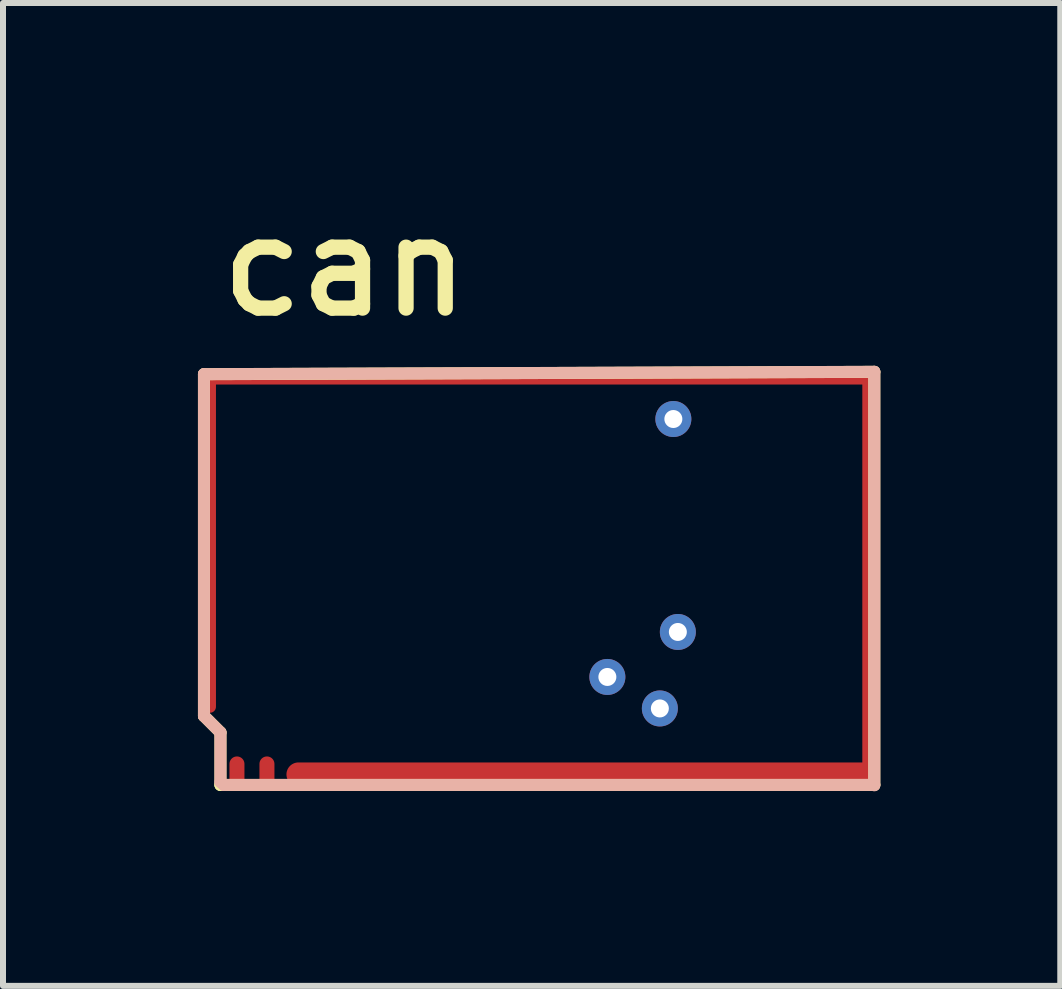
<source format=kicad_pcb>
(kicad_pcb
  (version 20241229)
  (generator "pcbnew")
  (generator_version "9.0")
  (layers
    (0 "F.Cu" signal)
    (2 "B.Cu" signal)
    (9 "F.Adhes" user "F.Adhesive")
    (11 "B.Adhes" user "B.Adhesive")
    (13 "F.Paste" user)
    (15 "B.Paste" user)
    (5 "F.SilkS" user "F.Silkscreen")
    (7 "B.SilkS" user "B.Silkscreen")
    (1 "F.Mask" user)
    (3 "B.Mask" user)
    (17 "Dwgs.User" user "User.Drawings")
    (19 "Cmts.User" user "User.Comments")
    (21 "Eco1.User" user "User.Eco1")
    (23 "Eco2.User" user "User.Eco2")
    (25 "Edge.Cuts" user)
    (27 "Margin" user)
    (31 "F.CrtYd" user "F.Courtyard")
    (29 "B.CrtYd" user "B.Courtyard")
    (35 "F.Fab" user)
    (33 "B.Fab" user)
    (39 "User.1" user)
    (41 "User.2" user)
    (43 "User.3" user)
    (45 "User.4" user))
  (footprint "can"
    (layer "F.Cu")
    (at 0.25 10.135)
    (property "Reference" "can" (at 0.254 -7.849 0) (unlocked yes) (layer "F.SilkS") (effects (font (size 1.524 1.524) (thickness 0.254)) (justify left bottom)))
    (attr through_hole)
    (fp_line (start 0.1 -6.947) (end 11.275 -6.986) (stroke (width 0.2) (type solid)) (layer "F.SilkS"))
    (fp_line (start 0.1 -1.25) (end 0.1 -6.947) (stroke (width 0.2) (type solid)) (layer "F.SilkS"))
    (fp_line (start 0.1 -1.25) (end 0.375 -0.975) (stroke (width 0.2) (type solid)) (layer "F.SilkS"))
    (fp_line (start 0.375 -0.1) (end 0.375 -0.975) (stroke (width 0.2) (type solid)) (layer "F.SilkS"))
    (fp_line (start 0.375 -0.1) (end 0.375 -0.1) (stroke (width 0.2) (type solid)) (layer "F.SilkS"))
    (fp_line (start 0.375 -0.1) (end 11.275 -0.1) (stroke (width 0.2) (type solid)) (layer "F.SilkS"))
    (fp_line (start 11.275 -0.1) (end 11.275 -6.986) (stroke (width 0.2) (type solid)) (layer "F.SilkS"))
    (fp_line (start 0.1 -6.948) (end 11.275 -6.987) (stroke (width 0.2) (type solid)) (layer "B.SilkS"))
    (fp_line (start 0.1 -1.25) (end 0.1 -6.948) (stroke (width 0.2) (type solid)) (layer "B.SilkS"))
    (fp_line (start 0.1 -1.25) (end 0.375 -0.975) (stroke (width 0.2) (type solid)) (layer "B.SilkS"))
    (fp_line (start 0.375 -0.15) (end 0.375 -0.975) (stroke (width 0.2) (type solid)) (layer "B.SilkS"))
    (fp_line (start 0.375 -0.15) (end 0.431 -0.1) (stroke (width 0.2) (type solid)) (layer "B.SilkS"))
    (fp_line (start 0.431 -0.1) (end 11.275 -0.1) (stroke (width 0.2) (type solid)) (layer "B.SilkS"))
    (fp_line (start 11.275 -0.094) (end 11.275 -6.987) (stroke (width 0.2) (type solid)) (layer "B.SilkS"))
    (pad "E1" smd oval (at 0.2 -4.138 180) (size 0.2 5.67) (layers "F.Cu" "F.Paste"))
    (pad "E1" smd oval (at 5.675 -6.875 90) (size 0.2 11.1) (layers "F.Cu" "F.Paste"))
    (pad "E1" smd oval (at 6.375 -0.275 270) (size 0.4 9.8) (layers "F.Cu" "F.Paste"))
    (pad "E1" smd oval (at 11 -0.275 180) (size 0.5 0.25) (layers "F.Cu" "F.Mask" "F.Paste"))
    (pad "E1" smd oval (at 11.175 -3.538 180) (size 0.2 6.8) (layers "F.Cu" "F.Paste"))
    (pad "S1" smd oval (at 0.65 -0.325) (size 0.25 0.5) (layers "F.Cu" "F.Mask" "F.Paste"))
    (pad "S2" smd oval (at 1.15 -0.325) (size 0.25 0.5) (layers "F.Cu" "F.Mask" "F.Paste"))
    (pad "V1" thru_hole circle (at 7.7 -1.375 180) (size 0.6 0.6) (drill 0.3) (layers "*.Cu" "*.Mask"))
    (pad "V2" thru_hole circle (at 6.825 -1.9 180) (size 0.6 0.6) (drill 0.3) (layers "*.Cu" "*.Mask"))
    (pad "V5" thru_hole circle (at 8 -2.65 270) (size 0.6 0.6) (drill 0.3) (layers "*.Cu" "*.Mask"))
    (pad "V6" thru_hole circle (at 7.925 -6.2 270) (size 0.6 0.6) (drill 0.3) (layers "*.Cu" "*.Mask"))
    (zone (net_name "") (layer "F.Cu") (hatch edge 0.2) (connect_pads) (min_thickness 0.254) (filled_areas_thickness no) (keepout (tracks allowed) (vias allowed) (pads allowed) (copperpour not_allowed) (footprints allowed)) (placement (enabled no)) (fill) (polygon (pts (xy 0.477 10.179) (xy 0.477 9.216) (xy 0.274 9.014) (xy 0.537 8.751) (xy 0.537 3.324) (xy 11.362 3.324) (xy 11.362 9.687) (xy 1.86 9.687) (xy 1.687 9.86) (xy 1.687 10.179)))))
  (gr_rect
    (start -3 -3)
    (end 14.625 13.385)
    (stroke (width 0.1) (type default))
    (fill no)
    (layer "Edge.Cuts")))
</source>
